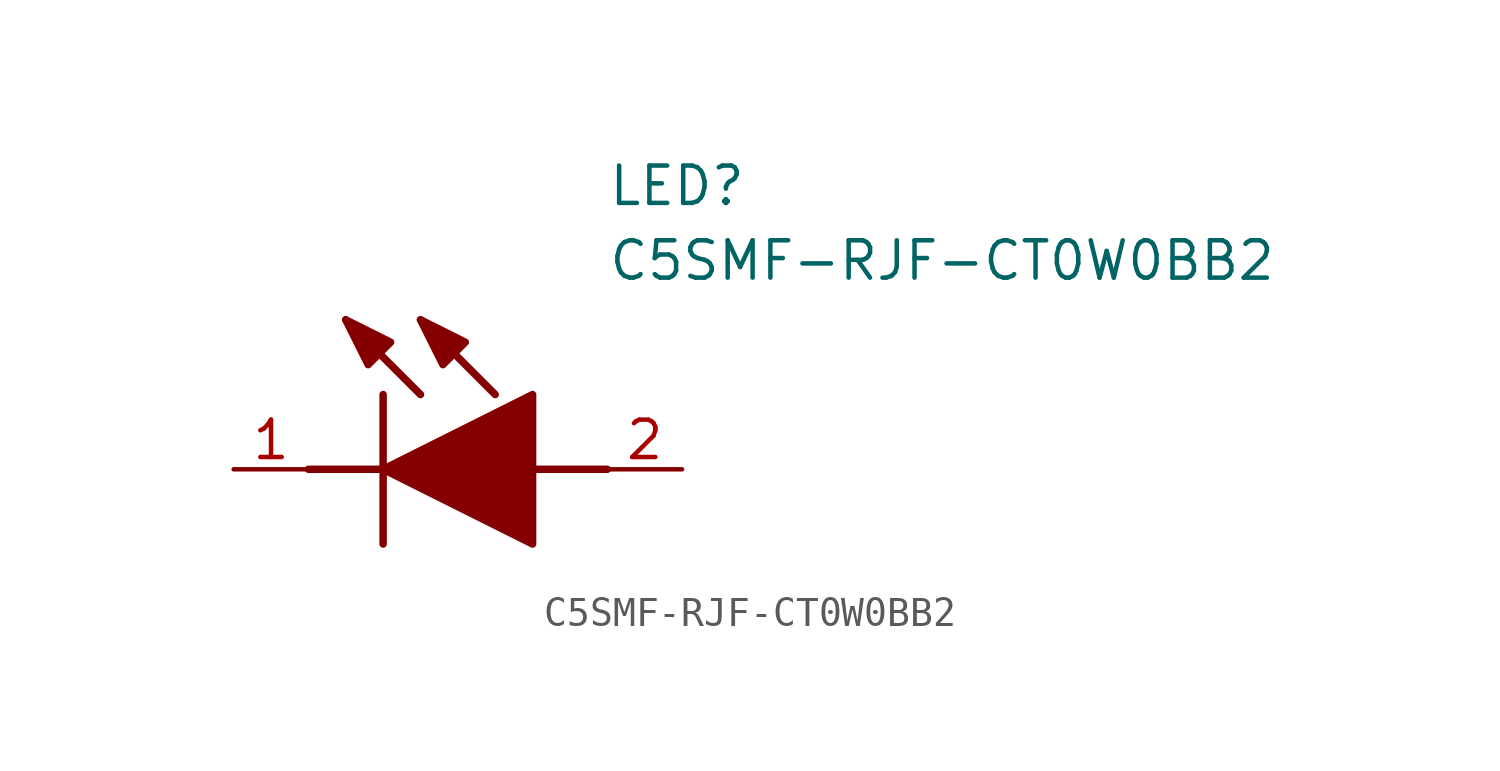
<source format=kicad_sym>
(kicad_symbol_lib
  (version 20211014)
  (generator SamacSys_ECAD_Model)
  (symbol "C5SMF-RJF-CT0W0BB2"
    (pin_names hide)
    (property "Reference" "LED"
      (at 12.7 8.89 0)
      (effects (font (size 1.27 1.27)) (justify left bottom)))
    (property "Value" "C5SMF-RJF-CT0W0BB2"
      (at 12.7 6.35 0)
      (effects (font (size 1.27 1.27)) (justify left bottom)))
    (polyline
      (pts (xy 5.08 2.54) (xy 5.08 -2.54))
      (stroke (width 0.254) (type default))
      (fill (type none)))
    (polyline
      (pts (xy 6.35 2.54) (xy 3.81 5.08))
      (stroke (width 0.254) (type default))
      (fill (type none)))
    (polyline
      (pts (xy 8.89 2.54) (xy 6.35 5.08))
      (stroke (width 0.254) (type default))
      (fill (type none)))
    (polyline
      (pts (xy 2.54 0) (xy 5.08 0))
      (stroke (width 0.254) (type default))
      (fill (type none)))
    (polyline
      (pts (xy 10.16 0) (xy 12.7 0))
      (stroke (width 0.254) (type default))
      (fill (type none)))
    (polyline
      (pts (xy 5.08 0) (xy 10.16 2.54) (xy 10.16 -2.54) (xy 5.08 0))
      (stroke (width 0.254) (type default))
      (fill (type outline)))
    (polyline
      (pts (xy 5.334 4.318) (xy 4.572 3.556) (xy 3.81 5.08) (xy 5.334 4.318))
      (stroke (width 0.254) (type default))
      (fill (type outline)))
    (polyline
      (pts (xy 7.874 4.318) (xy 7.112 3.556) (xy 6.35 5.08) (xy 7.874 4.318))
      (stroke (width 0.254) (type default))
      (fill (type outline)))
    (pin passive line
      (at 0 0 0)
      (length 2.54)
      (name "K" (effects (font (size 1.27 1.27))))
      (number "1" (effects (font (size 1.27 1.27)))))
    (pin passive line
      (at 15.24 0 180)
      (length 2.54)
      (name "A" (effects (font (size 1.27 1.27))))
      (number "2" (effects (font (size 1.27 1.27)))))))
</source>
